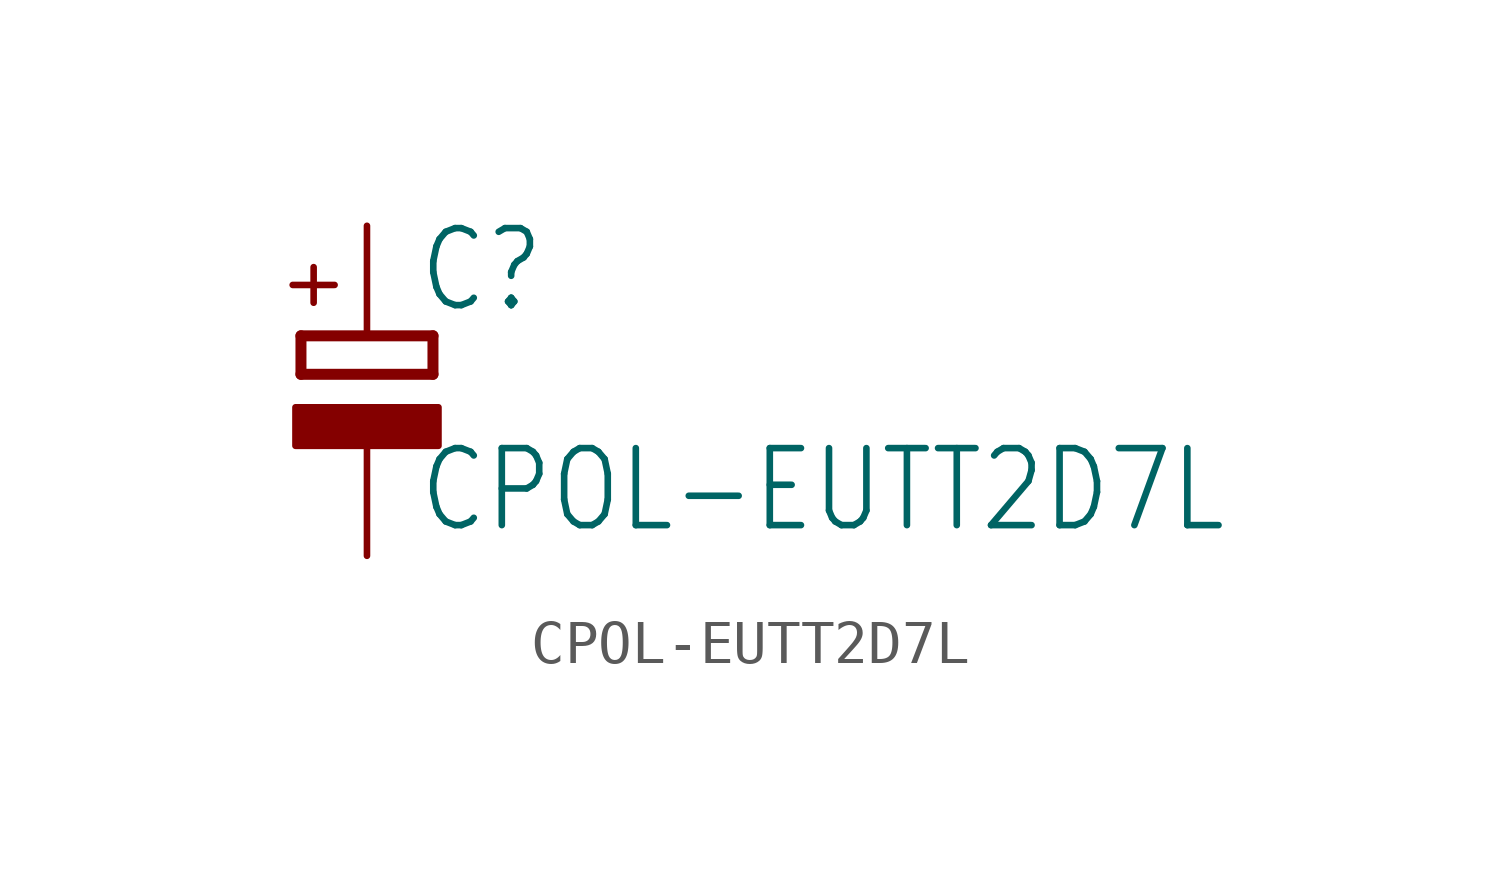
<source format=kicad_sym>
(kicad_symbol_lib
  (version 20220914)
  (generator kicad_symbol_editor)
  (symbol "CPOL-EUTT2D7L"
    (property "Reference" "C"
      (at 1.143 0.483 0)
      (effects (font (size 1.778 1.511)) (justify left bottom)))
    (property "Value" "CPOL-EUTT2D7L"
      (at 1.143 -4.597 0)
      (effects (font (size 1.778 1.511)) (justify left bottom)))
    (property "ki_locked" ""
      (at 0 0 0)
      (effects (font (size 1.27 1.27))))
    (symbol "CPOL-EUTT2D7L_1_0"
      (rectangle (start -1.651 -2.54) (end 1.651 -1.651) (stroke (width 0) (type default)) (fill (type outline)))
      (polyline (pts (xy -1.524 -0.889) (xy 1.524 -0.889)) (stroke (width 0.254) (type default)) (fill (type none)))
      (polyline (pts (xy -1.524 0) (xy -1.524 -0.889)) (stroke (width 0.254) (type default)) (fill (type none)))
      (polyline (pts (xy -1.524 0) (xy 1.524 0)) (stroke (width 0.254) (type default)) (fill (type none)))
      (polyline (pts (xy 1.524 -0.889) (xy 1.524 0)) (stroke (width 0.254) (type default)) (fill (type none)))
      (text "+" (at -0.584 0.406 900) (effects (font (size 1.27 1.079)) (justify left bottom)))
      (pin passive line (at 0 2.54 270) (length 2.54) (name "+" (effects (font (size 0 0)))) (number "+" (effects (font (size 0 0)))))
      (pin passive line (at 0 -5.08 90) (length 2.54) (name "-" (effects (font (size 0 0)))) (number "-" (effects (font (size 0 0))))))))
</source>
